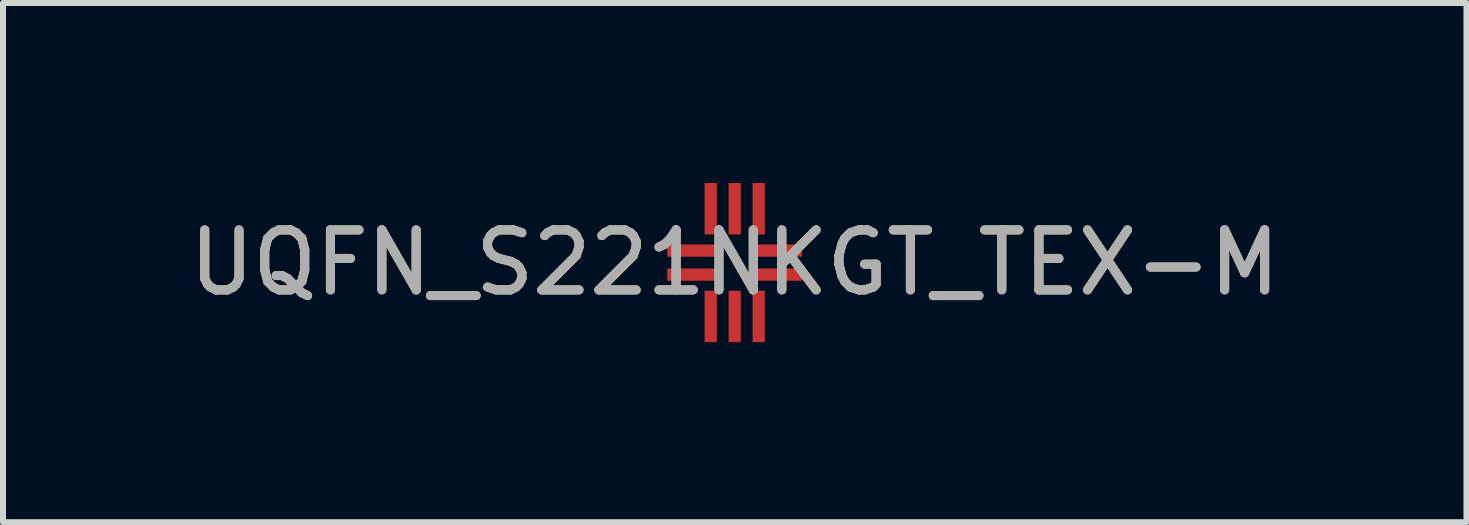
<source format=kicad_pcb>
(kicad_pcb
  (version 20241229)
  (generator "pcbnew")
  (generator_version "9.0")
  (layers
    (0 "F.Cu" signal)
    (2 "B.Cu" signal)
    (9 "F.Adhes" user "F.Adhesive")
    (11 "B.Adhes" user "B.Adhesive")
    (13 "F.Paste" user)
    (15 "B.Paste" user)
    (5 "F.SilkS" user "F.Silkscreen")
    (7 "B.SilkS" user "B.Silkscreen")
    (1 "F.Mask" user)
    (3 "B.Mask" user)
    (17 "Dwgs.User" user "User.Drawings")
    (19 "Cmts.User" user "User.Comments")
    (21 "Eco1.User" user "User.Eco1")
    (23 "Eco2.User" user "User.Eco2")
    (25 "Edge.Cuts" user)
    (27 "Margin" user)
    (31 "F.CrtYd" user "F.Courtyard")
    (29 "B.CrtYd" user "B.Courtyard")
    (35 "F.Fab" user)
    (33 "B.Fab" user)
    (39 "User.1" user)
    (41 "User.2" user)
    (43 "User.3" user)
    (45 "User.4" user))
  (footprint "UQFN_S221NKGT_TEX-M"
    (layer "F.Cu")
    (at 9.196 1.327)
    (property "Reference" "UQFN_S221NKGT_TEX-M" (at 0 0 0) (unlocked yes) (layer "F.SilkS") (effects (font (size 1 1) (thickness 0.15))))
    (attr smd)
    (fp_text user "${REFERENCE}" (at 0 0 0) (unlocked yes) (layer "F.Fab") (effects (font (size 1 1) (thickness 0.15))))
    (pad "1" smd rect (at -0.695 -0.2 90) (size 0.204 0.857) (layers "F.Cu" "F.Mask" "F.Paste"))
    (pad "2" smd rect (at -0.695 0.2 90) (size 0.204 0.857) (layers "F.Cu" "F.Mask" "F.Paste"))
    (pad "3" smd rect (at -0.4 0.898) (size 0.204 0.857) (layers "F.Cu" "F.Mask" "F.Paste"))
    (pad "4" smd rect (at 0 0.898) (size 0.204 0.857) (layers "F.Cu" "F.Mask" "F.Paste"))
    (pad "5" smd rect (at 0.4 0.898) (size 0.204 0.857) (layers "F.Cu" "F.Mask" "F.Paste"))
    (pad "6" smd rect (at 0.695 0.2 90) (size 0.204 0.857) (layers "F.Cu" "F.Mask" "F.Paste"))
    (pad "7" smd rect (at 0.695 -0.2 90) (size 0.204 0.857) (layers "F.Cu" "F.Mask" "F.Paste"))
    (pad "8" smd rect (at 0.4 -0.898) (size 0.204 0.857) (layers "F.Cu" "F.Mask" "F.Paste"))
    (pad "9" smd rect (at 0 -0.898) (size 0.204 0.857) (layers "F.Cu" "F.Mask" "F.Paste"))
    (pad "10" smd rect (at -0.4 -0.898) (size 0.204 0.857) (layers "F.Cu" "F.Mask" "F.Paste")))
  (gr_rect
    (start -3 -3)
    (end 21.393 5.654)
    (stroke (width 0.1) (type default))
    (fill no)
    (layer "Edge.Cuts")))
</source>
